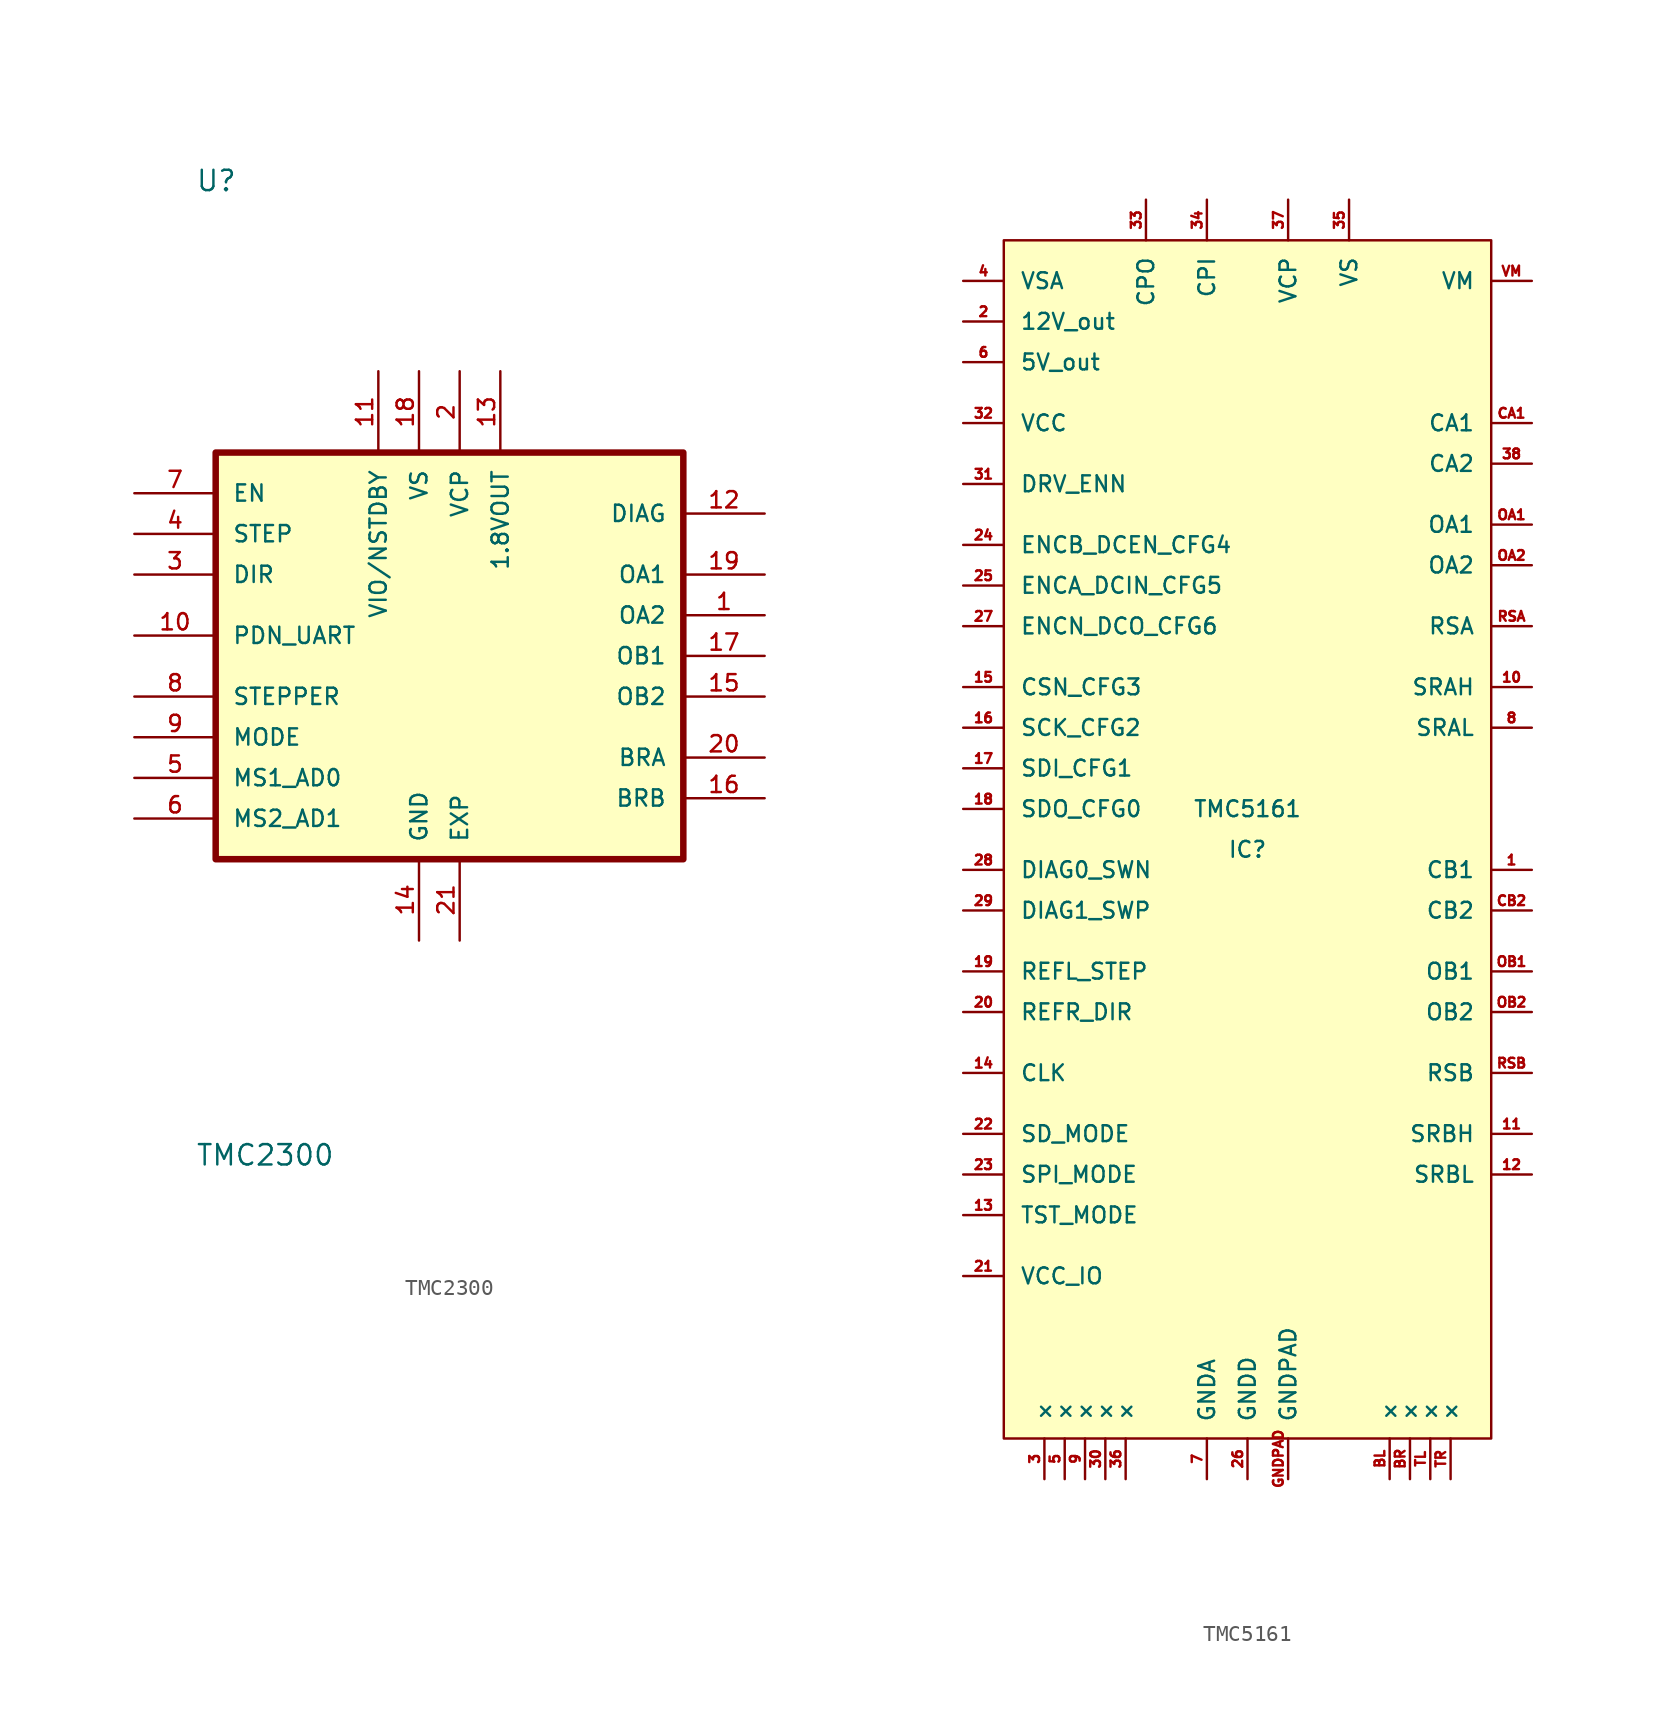
<source format=kicad_sym>
(kicad_symbol_lib
  (version 20211014)
  (generator kicad_symbol_editor)
  (symbol "TMC2300"
    (pin_names
      (offset 1.016))
    (property "Reference" "U"
      (at -15.24 28.931 0)
      (effects (font (size 1.27 1.27)) (justify left bottom)))
    (property "Value" "TMC2300"
      (at -15.24 -31.928 0)
      (effects (font (size 1.27 1.27)) (justify left bottom)))
    (property "ki_locked" ""
      (at 0 0 0)
      (effects (font (size 1.27 1.27))))
    (symbol "TMC2300_0_0"
      (rectangle (start -13.97 12.7) (end 15.24 -12.7) (stroke (width 0.406) (type default) (color 0 0 0 0)) (fill (type background)))
      (pin bidirectional line (at 20.32 2.54 180) (length 5.08) (name "OA2" (effects (font (size 1.016 1.016)))) (number "1" (effects (font (size 1.016 1.016)))))
      (pin bidirectional line (at -19.05 1.27 0) (length 5.08) (name "PDN_UART" (effects (font (size 1.016 1.016)))) (number "10" (effects (font (size 1.016 1.016)))))
      (pin power_in line (at -3.81 17.78 270) (length 5.08) (name "VIO/NSTDBY" (effects (font (size 1.016 1.016)))) (number "11" (effects (font (size 1.016 1.016)))))
      (pin output line (at 20.32 8.89 180) (length 5.08) (name "DIAG" (effects (font (size 1.016 1.016)))) (number "12" (effects (font (size 1.016 1.016)))))
      (pin power_out line (at 3.81 17.78 270) (length 5.08) (name "1.8VOUT" (effects (font (size 1.016 1.016)))) (number "13" (effects (font (size 1.016 1.016)))))
      (pin power_in line (at -1.27 -17.78 90) (length 5.08) (name "GND" (effects (font (size 1.016 1.016)))) (number "14" (effects (font (size 1.016 1.016)))))
      (pin bidirectional line (at 20.32 -2.54 180) (length 5.08) (name "OB2" (effects (font (size 1.016 1.016)))) (number "15" (effects (font (size 1.016 1.016)))))
      (pin bidirectional line (at 20.32 -8.89 180) (length 5.08) (name "BRB" (effects (font (size 1.016 1.016)))) (number "16" (effects (font (size 1.016 1.016)))))
      (pin bidirectional line (at 20.32 0 180) (length 5.08) (name "OB1" (effects (font (size 1.016 1.016)))) (number "17" (effects (font (size 1.016 1.016)))))
      (pin power_in line (at -1.27 17.78 270) (length 5.08) (name "VS" (effects (font (size 1.016 1.016)))) (number "18" (effects (font (size 1.016 1.016)))))
      (pin bidirectional line (at 20.32 5.08 180) (length 5.08) (name "OA1" (effects (font (size 1.016 1.016)))) (number "19" (effects (font (size 1.016 1.016)))))
      (pin bidirectional line (at 1.27 17.78 270) (length 5.08) (name "VCP" (effects (font (size 1.016 1.016)))) (number "2" (effects (font (size 1.016 1.016)))))
      (pin bidirectional line (at 20.32 -6.35 180) (length 5.08) (name "BRA" (effects (font (size 1.016 1.016)))) (number "20" (effects (font (size 1.016 1.016)))))
      (pin power_in line (at 1.27 -17.78 90) (length 5.08) (name "EXP" (effects (font (size 1.016 1.016)))) (number "21" (effects (font (size 1.016 1.016)))))
      (pin input line (at -19.05 5.08 0) (length 5.08) (name "DIR" (effects (font (size 1.016 1.016)))) (number "3" (effects (font (size 1.016 1.016)))))
      (pin input line (at -19.05 7.62 0) (length 5.08) (name "STEP" (effects (font (size 1.016 1.016)))) (number "4" (effects (font (size 1.016 1.016)))))
      (pin input line (at -19.05 -7.62 0) (length 5.08) (name "MS1_AD0" (effects (font (size 1.016 1.016)))) (number "5" (effects (font (size 1.016 1.016)))))
      (pin input line (at -19.05 -10.16 0) (length 5.08) (name "MS2_AD1" (effects (font (size 1.016 1.016)))) (number "6" (effects (font (size 1.016 1.016)))))
      (pin input line (at -19.05 10.16 0) (length 5.08) (name "EN" (effects (font (size 1.016 1.016)))) (number "7" (effects (font (size 1.016 1.016)))))
      (pin input line (at -19.05 -2.54 0) (length 5.08) (name "STEPPER" (effects (font (size 1.016 1.016)))) (number "8" (effects (font (size 1.016 1.016)))))
      (pin input line (at -19.05 -5.08 0) (length 5.08) (name "MODE" (effects (font (size 1.016 1.016)))) (number "9" (effects (font (size 1.016 1.016)))))))
  (symbol "TMC5161"
    (pin_names
      (offset 0.991))
    (property "Reference" "IC"
      (at 0 -1.27 0)
      (effects (font (size 0.991 0.991))))
    (property "Value" "TMC5161"
      (at 0 1.27 0)
      (effects (font (size 0.991 0.991))))
    (symbol "TMC5161_0_1"
      (rectangle (start -15.24 36.83) (end 15.24 -38.1) (stroke (width 0) (type default) (color 0 0 0 0)) (fill (type background)))
      (pin power_in line (at 2.54 -40.64 90) (length 2.54) (name "GNDPAD" (effects (font (size 0.991 0.991)))) (number "GNDPAD" (effects (font (size 0.61 0.61))))))
    (symbol "TMC5161_1_1"
      (pin passive line (at 17.78 -2.54 180) (length 2.54) (name "CB1" (effects (font (size 0.991 0.991)))) (number "1" (effects (font (size 0.61 0.61)))))
      (pin input line (at 17.78 8.89 180) (length 2.54) (name "SRAH" (effects (font (size 0.991 0.991)))) (number "10" (effects (font (size 0.61 0.61)))))
      (pin input line (at 17.78 -19.05 180) (length 2.54) (name "SRBH" (effects (font (size 0.991 0.991)))) (number "11" (effects (font (size 0.61 0.61)))))
      (pin input line (at 17.78 -21.59 180) (length 2.54) (name "SRBL" (effects (font (size 0.991 0.991)))) (number "12" (effects (font (size 0.61 0.61)))))
      (pin input line (at -17.78 -24.13 0) (length 2.54) (name "TST_MODE" (effects (font (size 0.991 0.991)))) (number "13" (effects (font (size 0.61 0.61)))))
      (pin input line (at -17.78 -15.24 0) (length 2.54) (name "CLK" (effects (font (size 0.991 0.991)))) (number "14" (effects (font (size 0.61 0.61)))))
      (pin input line (at -17.78 8.89 0) (length 2.54) (name "CSN_CFG3" (effects (font (size 0.991 0.991)))) (number "15" (effects (font (size 0.61 0.61)))))
      (pin input line (at -17.78 6.35 0) (length 2.54) (name "SCK_CFG2" (effects (font (size 0.991 0.991)))) (number "16" (effects (font (size 0.61 0.61)))))
      (pin input line (at -17.78 3.81 0) (length 2.54) (name "SDI_CFG1" (effects (font (size 0.991 0.991)))) (number "17" (effects (font (size 0.61 0.61)))))
      (pin bidirectional line (at -17.78 1.27 0) (length 2.54) (name "SDO_CFG0" (effects (font (size 0.991 0.991)))) (number "18" (effects (font (size 0.61 0.61)))))
      (pin input line (at -17.78 -8.89 0) (length 2.54) (name "REFL_STEP" (effects (font (size 0.991 0.991)))) (number "19" (effects (font (size 0.61 0.61)))))
      (pin power_out line (at -17.78 31.75 0) (length 2.54) (name "12V_out" (effects (font (size 0.991 0.991)))) (number "2" (effects (font (size 0.61 0.61)))))
      (pin input line (at -17.78 -11.43 0) (length 2.54) (name "REFR_DIR" (effects (font (size 0.991 0.991)))) (number "20" (effects (font (size 0.61 0.61)))))
      (pin power_in line (at -17.78 -27.94 0) (length 2.54) (name "VCC_IO" (effects (font (size 0.991 0.991)))) (number "21" (effects (font (size 0.61 0.61)))))
      (pin input line (at -17.78 -19.05 0) (length 2.54) (name "SD_MODE" (effects (font (size 0.991 0.991)))) (number "22" (effects (font (size 0.61 0.61)))))
      (pin input line (at -17.78 -21.59 0) (length 2.54) (name "SPI_MODE" (effects (font (size 0.991 0.991)))) (number "23" (effects (font (size 0.61 0.61)))))
      (pin input line (at -17.78 17.78 0) (length 2.54) (name "ENCB_DCEN_CFG4" (effects (font (size 0.991 0.991)))) (number "24" (effects (font (size 0.61 0.61)))))
      (pin input line (at -17.78 15.24 0) (length 2.54) (name "ENCA_DCIN_CFG5" (effects (font (size 0.991 0.991)))) (number "25" (effects (font (size 0.61 0.61)))))
      (pin power_in line (at 0 -40.64 90) (length 2.54) (name "GNDD" (effects (font (size 0.991 0.991)))) (number "26" (effects (font (size 0.61 0.61)))))
      (pin bidirectional line (at -17.78 12.7 0) (length 2.54) (name "ENCN_DCO_CFG6" (effects (font (size 0.991 0.991)))) (number "27" (effects (font (size 0.61 0.61)))))
      (pin bidirectional line (at -17.78 -2.54 0) (length 2.54) (name "DIAG0_SWN" (effects (font (size 0.991 0.991)))) (number "28" (effects (font (size 0.61 0.61)))))
      (pin bidirectional line (at -17.78 -5.08 0) (length 2.54) (name "DIAG1_SWP" (effects (font (size 0.991 0.991)))) (number "29" (effects (font (size 0.61 0.61)))))
      (pin passive line (at -12.7 -40.64 90) (length 2.54) (name "×" (effects (font (size 0.991 0.991)))) (number "3" (effects (font (size 0.61 0.61)))))
      (pin passive line (at -8.89 -40.64 90) (length 2.54) (name "×" (effects (font (size 0.991 0.991)))) (number "30" (effects (font (size 0.61 0.61)))))
      (pin input line (at -17.78 21.59 0) (length 2.54) (name "DRV_ENN" (effects (font (size 0.991 0.991)))) (number "31" (effects (font (size 0.61 0.61)))))
      (pin power_in line (at -17.78 25.4 0) (length 2.54) (name "VCC" (effects (font (size 0.991 0.991)))) (number "32" (effects (font (size 0.61 0.61)))))
      (pin passive line (at -6.35 39.37 270) (length 2.54) (name "CPO" (effects (font (size 0.991 0.991)))) (number "33" (effects (font (size 0.61 0.61)))))
      (pin passive line (at -2.54 39.37 270) (length 2.54) (name "CPI" (effects (font (size 0.991 0.991)))) (number "34" (effects (font (size 0.61 0.61)))))
      (pin input line (at 6.35 39.37 270) (length 2.54) (name "VS" (effects (font (size 0.991 0.991)))) (number "35" (effects (font (size 0.61 0.61)))))
      (pin passive line (at -7.62 -40.64 90) (length 2.54) (name "×" (effects (font (size 0.991 0.991)))) (number "36" (effects (font (size 0.61 0.61)))))
      (pin passive line (at 2.54 39.37 270) (length 2.54) (name "VCP" (effects (font (size 0.991 0.991)))) (number "37" (effects (font (size 0.61 0.61)))))
      (pin passive line (at 17.78 22.86 180) (length 2.54) (name "CA2" (effects (font (size 0.991 0.991)))) (number "38" (effects (font (size 0.61 0.61)))))
      (pin power_in line (at -17.78 34.29 0) (length 2.54) (name "VSA" (effects (font (size 0.991 0.991)))) (number "4" (effects (font (size 0.61 0.61)))))
      (pin passive line (at -11.43 -40.64 90) (length 2.54) (name "×" (effects (font (size 0.991 0.991)))) (number "5" (effects (font (size 0.61 0.61)))))
      (pin power_out line (at -17.78 29.21 0) (length 2.54) (name "5V_out" (effects (font (size 0.991 0.991)))) (number "6" (effects (font (size 0.61 0.61)))))
      (pin power_in line (at -2.54 -40.64 90) (length 2.54) (name "GNDA" (effects (font (size 0.991 0.991)))) (number "7" (effects (font (size 0.61 0.61)))))
      (pin input line (at 17.78 6.35 180) (length 2.54) (name "SRAL" (effects (font (size 0.991 0.991)))) (number "8" (effects (font (size 0.61 0.61)))))
      (pin passive line (at -10.16 -40.64 90) (length 2.54) (name "×" (effects (font (size 0.991 0.991)))) (number "9" (effects (font (size 0.61 0.61)))))
      (pin passive line (at 8.89 -40.64 90) (length 2.54) (name "×" (effects (font (size 0.991 0.991)))) (number "BL" (effects (font (size 0.61 0.61)))))
      (pin passive line (at 10.16 -40.64 90) (length 2.54) (name "×" (effects (font (size 0.991 0.991)))) (number "BR" (effects (font (size 0.61 0.61)))))
      (pin passive line (at 17.78 25.4 180) (length 2.54) (name "CA1" (effects (font (size 0.991 0.991)))) (number "CA1" (effects (font (size 0.61 0.61)))))
      (pin passive line (at 17.78 -5.08 180) (length 2.54) (name "CB2" (effects (font (size 0.991 0.991)))) (number "CB2" (effects (font (size 0.61 0.61)))))
      (pin output line (at 17.78 19.05 180) (length 2.54) (name "OA1" (effects (font (size 0.991 0.991)))) (number "OA1" (effects (font (size 0.61 0.61)))))
      (pin output line (at 17.78 16.51 180) (length 2.54) (name "OA2" (effects (font (size 0.991 0.991)))) (number "OA2" (effects (font (size 0.61 0.61)))))
      (pin output line (at 17.78 -8.89 180) (length 2.54) (name "OB1" (effects (font (size 0.991 0.991)))) (number "OB1" (effects (font (size 0.61 0.61)))))
      (pin output line (at 17.78 -11.43 180) (length 2.54) (name "OB2" (effects (font (size 0.991 0.991)))) (number "OB2" (effects (font (size 0.61 0.61)))))
      (pin input line (at 17.78 12.7 180) (length 2.54) (name "RSA" (effects (font (size 0.991 0.991)))) (number "RSA" (effects (font (size 0.61 0.61)))))
      (pin input line (at 17.78 -15.24 180) (length 2.54) (name "RSB" (effects (font (size 0.991 0.991)))) (number "RSB" (effects (font (size 0.61 0.61)))))
      (pin passive line (at 11.43 -40.64 90) (length 2.54) (name "×" (effects (font (size 0.991 0.991)))) (number "TL" (effects (font (size 0.61 0.61)))))
      (pin passive line (at 12.7 -40.64 90) (length 2.54) (name "×" (effects (font (size 0.991 0.991)))) (number "TR" (effects (font (size 0.61 0.61)))))
      (pin power_in line (at 17.78 34.29 180) (length 2.54) (name "VM" (effects (font (size 0.991 0.991)))) (number "VM" (effects (font (size 0.61 0.61))))))))
</source>
